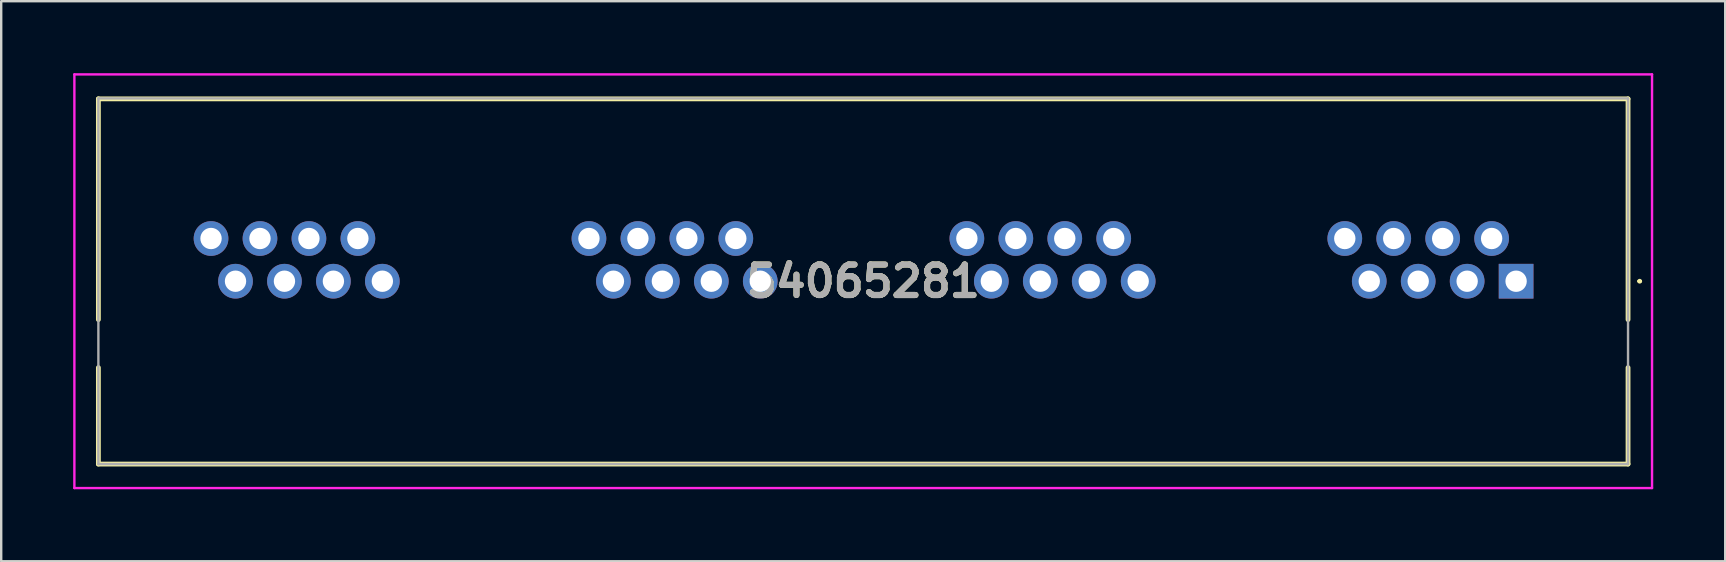
<source format=kicad_pcb>
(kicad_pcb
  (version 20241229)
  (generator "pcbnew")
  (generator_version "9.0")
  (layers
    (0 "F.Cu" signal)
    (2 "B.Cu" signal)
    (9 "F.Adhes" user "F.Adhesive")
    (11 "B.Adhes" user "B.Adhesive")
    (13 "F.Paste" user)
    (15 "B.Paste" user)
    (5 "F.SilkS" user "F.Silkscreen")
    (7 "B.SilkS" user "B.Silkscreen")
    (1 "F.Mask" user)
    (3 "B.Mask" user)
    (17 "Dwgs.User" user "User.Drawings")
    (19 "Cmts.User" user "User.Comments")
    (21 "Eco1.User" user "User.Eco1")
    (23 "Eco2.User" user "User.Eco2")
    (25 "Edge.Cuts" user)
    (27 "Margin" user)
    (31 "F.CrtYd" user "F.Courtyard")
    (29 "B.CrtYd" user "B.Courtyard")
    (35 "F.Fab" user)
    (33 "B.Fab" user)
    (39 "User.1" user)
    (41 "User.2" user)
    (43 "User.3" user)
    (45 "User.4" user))
  (footprint "54065281"
    (layer "F.Cu")
    (at 60.135 8.67)
    (property "Reference" "54065281" (at -27.21 0 0) (layer "F.SilkS") (effects (font (size 1.27 1.27) (thickness 0.254))))
    (attr through_hole)
    (fp_line (start -59.085 -7.6) (end -59.085 1.6) (stroke (width 0.2) (type solid)) (layer "F.SilkS"))
    (fp_line (start -59.085 3.6) (end -59.085 7.62) (stroke (width 0.2) (type solid)) (layer "F.SilkS"))
    (fp_line (start -59.085 7.62) (end 4.665 7.62) (stroke (width 0.2) (type solid)) (layer "F.SilkS"))
    (fp_line (start 4.665 -7.6) (end -59.085 -7.6) (stroke (width 0.2) (type solid)) (layer "F.SilkS"))
    (fp_line (start 4.665 1.6) (end 4.665 -7.6) (stroke (width 0.2) (type solid)) (layer "F.SilkS"))
    (fp_line (start 4.665 7.62) (end 4.665 3.6) (stroke (width 0.2) (type solid)) (layer "F.SilkS"))
    (fp_line (start 5.1 0) (end 5.1 0) (stroke (width 0.1) (type solid)) (layer "F.SilkS"))
    (fp_line (start 5.2 0) (end 5.2 0) (stroke (width 0.1) (type solid)) (layer "F.SilkS"))
    (fp_arc (start 5.1 0) (mid 5.15 -0.05) (end 5.2 0) (stroke (width 0.1) (type solid)) (layer "F.SilkS"))
    (fp_arc (start 5.2 0) (mid 5.15 0.05) (end 5.1 0) (stroke (width 0.1) (type solid)) (layer "F.SilkS"))
    (fp_line (start -60.085 -8.62) (end 5.665 -8.62) (stroke (width 0.1) (type solid)) (layer "F.CrtYd"))
    (fp_line (start -60.085 8.62) (end -60.085 -8.62) (stroke (width 0.1) (type solid)) (layer "F.CrtYd"))
    (fp_line (start 5.665 -8.62) (end 5.665 8.62) (stroke (width 0.1) (type solid)) (layer "F.CrtYd"))
    (fp_line (start 5.665 8.62) (end -60.085 8.62) (stroke (width 0.1) (type solid)) (layer "F.CrtYd"))
    (fp_line (start -59.085 -7.62) (end 4.665 -7.62) (stroke (width 0.1) (type solid)) (layer "F.Fab"))
    (fp_line (start -59.085 7.62) (end -59.085 -7.62) (stroke (width 0.1) (type solid)) (layer "F.Fab"))
    (fp_line (start 4.665 -7.62) (end 4.665 7.62) (stroke (width 0.1) (type solid)) (layer "F.Fab"))
    (fp_line (start 4.665 7.62) (end -59.085 7.62) (stroke (width 0.1) (type solid)) (layer "F.Fab"))
    (fp_text user "${REFERENCE}" (at -27.21 0 0) (layer "F.Fab") (effects (font (size 1.27 1.27) (thickness 0.254))))
    (pad "" np_thru_hole circle (at -57.18 2.54) (size 0.001 0.001) (drill 3.25) (layers "*.Cu" "*.Mask"))
    (pad "" np_thru_hole circle (at 2.76 2.54) (size 0.001 0.001) (drill 3.25) (layers "*.Cu" "*.Mask"))
    (pad "A1" thru_hole rect (at 0 0) (size 1.446 1.446) (drill 0.89) (layers "*.Cu" "*.Mask"))
    (pad "A2" thru_hole circle (at -1.02 -1.78) (size 1.446 1.446) (drill 0.89) (layers "*.Cu" "*.Mask"))
    (pad "A3" thru_hole circle (at -2.04 0) (size 1.446 1.446) (drill 0.89) (layers "*.Cu" "*.Mask"))
    (pad "A4" thru_hole circle (at -3.06 -1.78) (size 1.446 1.446) (drill 0.89) (layers "*.Cu" "*.Mask"))
    (pad "A5" thru_hole circle (at -4.08 0) (size 1.446 1.446) (drill 0.89) (layers "*.Cu" "*.Mask"))
    (pad "A6" thru_hole circle (at -5.1 -1.78) (size 1.446 1.446) (drill 0.89) (layers "*.Cu" "*.Mask"))
    (pad "A7" thru_hole circle (at -6.12 0) (size 1.446 1.446) (drill 0.89) (layers "*.Cu" "*.Mask"))
    (pad "A8" thru_hole circle (at -7.14 -1.78) (size 1.446 1.446) (drill 0.89) (layers "*.Cu" "*.Mask"))
    (pad "B1" thru_hole circle (at -15.75 0) (size 1.446 1.446) (drill 0.89) (layers "*.Cu" "*.Mask"))
    (pad "B2" thru_hole circle (at -16.77 -1.78) (size 1.446 1.446) (drill 0.89) (layers "*.Cu" "*.Mask"))
    (pad "B3" thru_hole circle (at -17.79 0) (size 1.446 1.446) (drill 0.89) (layers "*.Cu" "*.Mask"))
    (pad "B4" thru_hole circle (at -18.81 -1.78) (size 1.446 1.446) (drill 0.89) (layers "*.Cu" "*.Mask"))
    (pad "B5" thru_hole circle (at -19.83 0) (size 1.446 1.446) (drill 0.89) (layers "*.Cu" "*.Mask"))
    (pad "B6" thru_hole circle (at -20.85 -1.78) (size 1.446 1.446) (drill 0.89) (layers "*.Cu" "*.Mask"))
    (pad "B7" thru_hole circle (at -21.87 0) (size 1.446 1.446) (drill 0.89) (layers "*.Cu" "*.Mask"))
    (pad "B8" thru_hole circle (at -22.89 -1.78) (size 1.446 1.446) (drill 0.89) (layers "*.Cu" "*.Mask"))
    (pad "C1" thru_hole circle (at -31.5 0) (size 1.446 1.446) (drill 0.89) (layers "*.Cu" "*.Mask"))
    (pad "C2" thru_hole circle (at -32.52 -1.78) (size 1.446 1.446) (drill 0.89) (layers "*.Cu" "*.Mask"))
    (pad "C3" thru_hole circle (at -33.54 0) (size 1.446 1.446) (drill 0.89) (layers "*.Cu" "*.Mask"))
    (pad "C4" thru_hole circle (at -34.56 -1.78) (size 1.446 1.446) (drill 0.89) (layers "*.Cu" "*.Mask"))
    (pad "C5" thru_hole circle (at -35.58 0) (size 1.446 1.446) (drill 0.89) (layers "*.Cu" "*.Mask"))
    (pad "C6" thru_hole circle (at -36.6 -1.78) (size 1.446 1.446) (drill 0.89) (layers "*.Cu" "*.Mask"))
    (pad "C7" thru_hole circle (at -37.62 0) (size 1.446 1.446) (drill 0.89) (layers "*.Cu" "*.Mask"))
    (pad "C8" thru_hole circle (at -38.64 -1.78) (size 1.446 1.446) (drill 0.89) (layers "*.Cu" "*.Mask"))
    (pad "D1" thru_hole circle (at -47.25 0) (size 1.446 1.446) (drill 0.89) (layers "*.Cu" "*.Mask"))
    (pad "D2" thru_hole circle (at -48.27 -1.78) (size 1.446 1.446) (drill 0.89) (layers "*.Cu" "*.Mask"))
    (pad "D3" thru_hole circle (at -49.29 0) (size 1.446 1.446) (drill 0.89) (layers "*.Cu" "*.Mask"))
    (pad "D4" thru_hole circle (at -50.31 -1.78) (size 1.446 1.446) (drill 0.89) (layers "*.Cu" "*.Mask"))
    (pad "D5" thru_hole circle (at -51.33 0) (size 1.446 1.446) (drill 0.89) (layers "*.Cu" "*.Mask"))
    (pad "D6" thru_hole circle (at -52.35 -1.78) (size 1.446 1.446) (drill 0.89) (layers "*.Cu" "*.Mask"))
    (pad "D7" thru_hole circle (at -53.37 0) (size 1.446 1.446) (drill 0.89) (layers "*.Cu" "*.Mask"))
    (pad "D8" thru_hole circle (at -54.39 -1.78) (size 1.446 1.446) (drill 0.89) (layers "*.Cu" "*.Mask")))
  (gr_rect
    (start -3 -3)
    (end 68.85 20.34)
    (stroke (width 0.1) (type default))
    (fill no)
    (layer "Edge.Cuts")))
</source>
